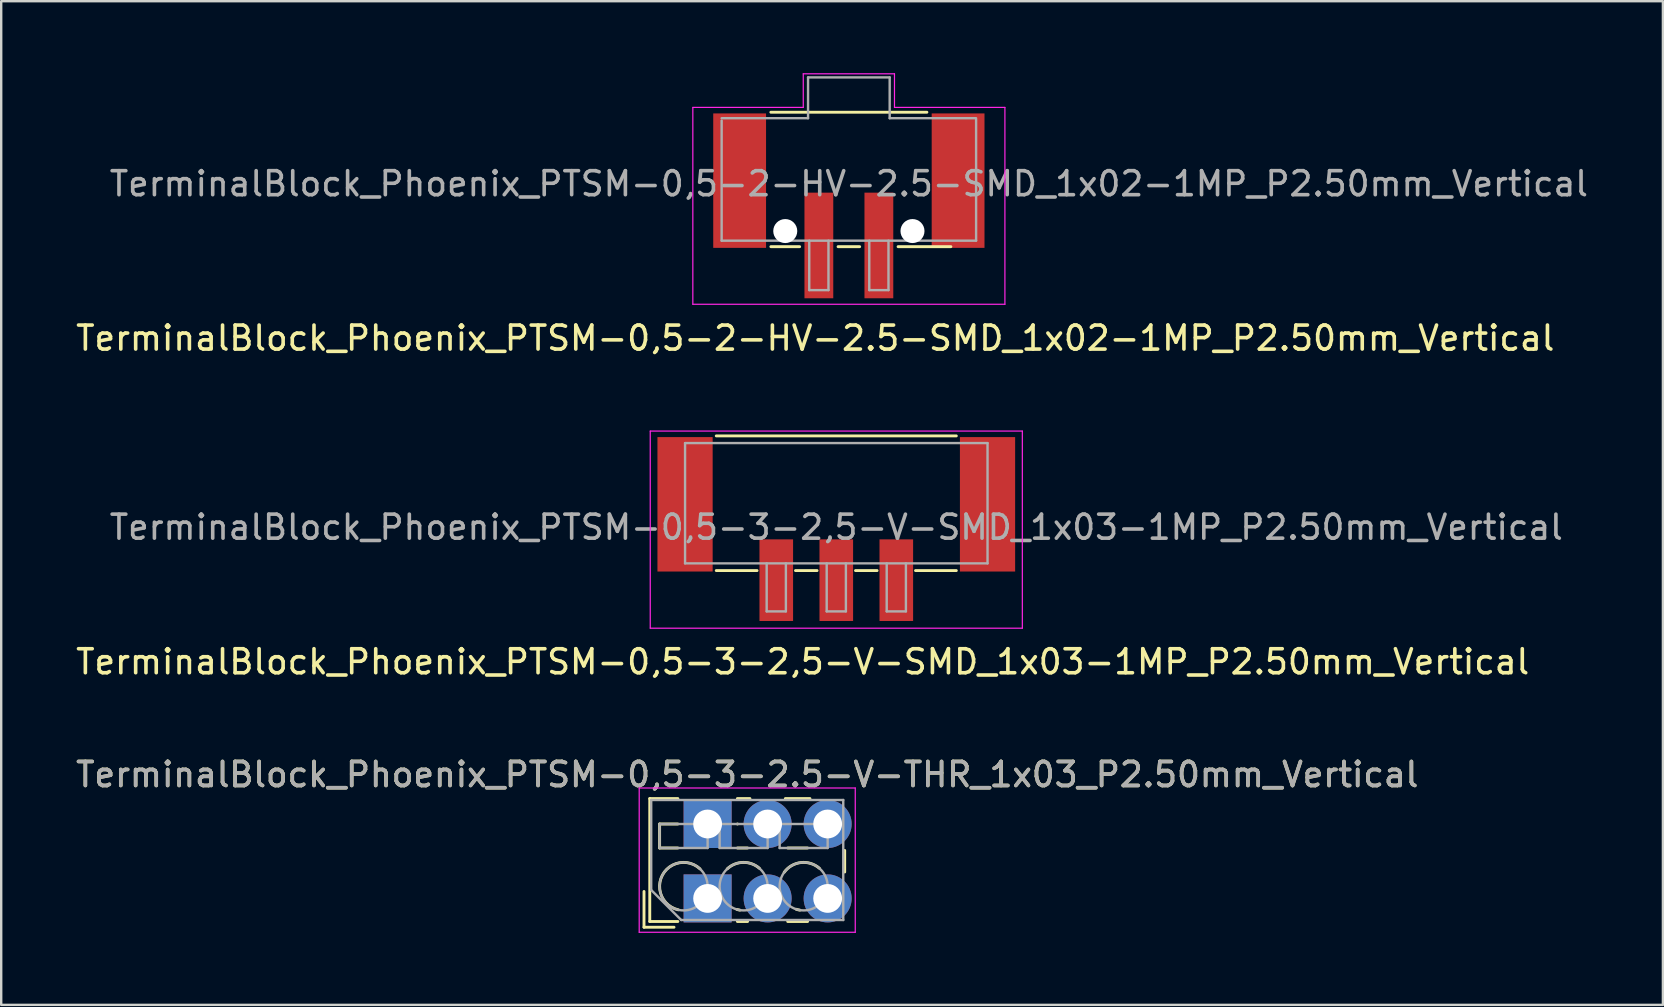
<source format=kicad_pcb>
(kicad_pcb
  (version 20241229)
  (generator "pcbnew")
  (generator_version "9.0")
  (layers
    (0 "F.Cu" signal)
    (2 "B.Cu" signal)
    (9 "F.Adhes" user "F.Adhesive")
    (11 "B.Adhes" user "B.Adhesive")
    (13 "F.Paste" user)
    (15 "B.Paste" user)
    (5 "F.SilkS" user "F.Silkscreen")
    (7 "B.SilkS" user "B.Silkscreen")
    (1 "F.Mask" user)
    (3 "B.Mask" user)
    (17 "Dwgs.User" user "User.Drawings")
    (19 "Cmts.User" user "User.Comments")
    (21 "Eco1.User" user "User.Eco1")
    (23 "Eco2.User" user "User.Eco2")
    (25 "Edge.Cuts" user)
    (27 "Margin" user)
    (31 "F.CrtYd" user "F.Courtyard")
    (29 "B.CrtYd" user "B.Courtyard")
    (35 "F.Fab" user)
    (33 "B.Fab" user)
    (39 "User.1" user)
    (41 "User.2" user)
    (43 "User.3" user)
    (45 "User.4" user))
  (footprint "TerminalBlock_Phoenix_PTSM-0,5-2-HV-2.5-SMD_1x02-1MP_P2.50mm_Vertical"
    (layer "F.Cu")
    (at 32.311 5.525)
    (property "Reference" "TerminalBlock_Phoenix_PTSM-0,5-2-HV-2.5-SMD_1x02-1MP_P2.50mm_Vertical" (at -1.4 5.51 0) (layer "F.SilkS") (effects (font (size 1 1) (thickness 0.15))))
    (attr smd)
    (fp_line (start -3.25 -3.9) (end 3.25 -3.9) (stroke (width 0.12) (type solid)) (layer "F.SilkS"))
    (fp_line (start -2.05 1.7) (end -3.25 1.7) (stroke (width 0.12) (type solid)) (layer "F.SilkS"))
    (fp_line (start 0.45 1.7) (end -0.45 1.7) (stroke (width 0.12) (type solid)) (layer "F.SilkS"))
    (fp_line (start 4.25 1.7) (end 2.05 1.7) (stroke (width 0.12) (type solid)) (layer "F.SilkS"))
    (fp_line (start -6.5 -4.1) (end -1.9 -4.1) (stroke (width 0.05) (type solid)) (layer "F.CrtYd"))
    (fp_line (start -6.5 4.1) (end -6.5 -4.1) (stroke (width 0.05) (type solid)) (layer "F.CrtYd"))
    (fp_line (start -1.9 -5.5) (end 1.9 -5.5) (stroke (width 0.05) (type solid)) (layer "F.CrtYd"))
    (fp_line (start -1.9 -4.1) (end -1.9 -5.5) (stroke (width 0.05) (type solid)) (layer "F.CrtYd"))
    (fp_line (start 1.9 -4.1) (end 1.9 -5.5) (stroke (width 0.05) (type solid)) (layer "F.CrtYd"))
    (fp_line (start 6.5 -4.1) (end 1.9 -4.1) (stroke (width 0.05) (type solid)) (layer "F.CrtYd"))
    (fp_line (start 6.5 -4.1) (end 6.5 4.1) (stroke (width 0.05) (type solid)) (layer "F.CrtYd"))
    (fp_line (start 6.5 4.1) (end -6.5 4.1) (stroke (width 0.05) (type solid)) (layer "F.CrtYd"))
    (fp_line (start -5.3 -3.65) (end -1.7 -3.65) (stroke (width 0.1) (type solid)) (layer "F.Fab"))
    (fp_line (start -5.3 1.45) (end -5.3 -3.55) (stroke (width 0.1) (type solid)) (layer "F.Fab"))
    (fp_line (start -1.7 -5.35) (end 1.7 -5.35) (stroke (width 0.1) (type solid)) (layer "F.Fab"))
    (fp_line (start -1.7 -3.65) (end -1.7 -5.35) (stroke (width 0.1) (type solid)) (layer "F.Fab"))
    (fp_line (start -1.65 1.45) (end -1.65 3.51) (stroke (width 0.1) (type solid)) (layer "F.Fab"))
    (fp_line (start -1.65 3.51) (end -0.85 3.51) (stroke (width 0.1) (type solid)) (layer "F.Fab"))
    (fp_line (start -0.85 1.45) (end -0.85 3.51) (stroke (width 0.1) (type solid)) (layer "F.Fab"))
    (fp_line (start 0.85 1.45) (end 0.85 3.51) (stroke (width 0.1) (type solid)) (layer "F.Fab"))
    (fp_line (start 0.85 3.51) (end 1.65 3.51) (stroke (width 0.1) (type solid)) (layer "F.Fab"))
    (fp_line (start 1.65 1.45) (end 1.65 3.51) (stroke (width 0.1) (type solid)) (layer "F.Fab"))
    (fp_line (start 1.7 -5.35) (end 1.7 -3.65) (stroke (width 0.1) (type solid)) (layer "F.Fab"))
    (fp_line (start 1.7 -3.65) (end 5.3 -3.65) (stroke (width 0.1) (type solid)) (layer "F.Fab"))
    (fp_line (start 5.3 1.45) (end -5.3 1.45) (stroke (width 0.1) (type solid)) (layer "F.Fab"))
    (fp_line (start 5.3 1.45) (end 5.3 -3.6) (stroke (width 0.1) (type solid)) (layer "F.Fab"))
    (fp_text user "${REFERENCE}" (at 0 -0.92 0) (layer "F.Fab") (effects (font (size 1 1) (thickness 0.15))))
    (pad "" np_thru_hole circle (at -2.65 1.05) (size 1 1) (drill 1) (layers "*.Cu" "*.Mask"))
    (pad "" np_thru_hole circle (at 2.65 1.05) (size 1 1) (drill 1) (layers "*.Cu" "*.Mask"))
    (pad "1" smd rect (at -1.25 1.65 180) (size 1.2 4.4) (layers "F.Cu" "F.Mask" "F.Paste"))
    (pad "2" smd rect (at 1.25 1.65 180) (size 1.2 4.4) (layers "F.Cu" "F.Mask" "F.Paste"))
    (pad "MP" smd rect (at -4.55 -1.05 180) (size 2.2 5.6) (layers "F.Cu" "F.Mask" "F.Paste"))
    (pad "MP" smd rect (at 4.55 -1.05 180) (size 2.2 5.6) (layers "F.Cu" "F.Mask" "F.Paste")))
  (footprint "TerminalBlock_Phoenix_PTSM-0,5-3-2.5-V-THR_1x03_P2.50mm_Vertical"
    (layer "F.Cu")
    (at 26.427 34.375)
    (property "Reference" "TerminalBlock_Phoenix_PTSM-0,5-3-2.5-V-THR_1x03_P2.50mm_Vertical" (at 1.65 -5.16 0) (layer "F.SilkS") (effects (font (size 1 1) (thickness 0.15))))
    (attr through_hole)
    (fp_line (start -2.65 -0.29) (end -2.65 1.2) (stroke (width 0.12) (type solid)) (layer "F.SilkS"))
    (fp_line (start -2.65 1.2) (end -1.4 1.2) (stroke (width 0.12) (type solid)) (layer "F.SilkS"))
    (fp_line (start -2.41 -4.16) (end -2.41 0.961) (stroke (width 0.12) (type solid)) (layer "F.SilkS"))
    (fp_line (start -2.41 -4.16) (end -1.24 -4.16) (stroke (width 0.12) (type solid)) (layer "F.SilkS"))
    (fp_line (start -2.41 0.961) (end -1.24 0.961) (stroke (width 0.12) (type solid)) (layer "F.SilkS"))
    (fp_line (start -2 -3.1) (end -2 -2.1) (stroke (width 0.12) (type solid)) (layer "F.SilkS"))
    (fp_line (start -2 -3.1) (end -1.24 -3.1) (stroke (width 0.12) (type solid)) (layer "F.SilkS"))
    (fp_line (start -2 -2.1) (end -1.24 -2.1) (stroke (width 0.12) (type solid)) (layer "F.SilkS"))
    (fp_line (start 1.24 -4.16) (end 1.763 -4.16) (stroke (width 0.12) (type solid)) (layer "F.SilkS"))
    (fp_line (start 1.24 -3.1) (end 1.245 -3.1) (stroke (width 0.12) (type solid)) (layer "F.SilkS"))
    (fp_line (start 1.24 -2.1) (end 1.665 -2.1) (stroke (width 0.12) (type solid)) (layer "F.SilkS"))
    (fp_line (start 1.24 0.961) (end 1.665 0.961) (stroke (width 0.12) (type solid)) (layer "F.SilkS"))
    (fp_line (start 3.238 -4.16) (end 4.263 -4.16) (stroke (width 0.12) (type solid)) (layer "F.SilkS"))
    (fp_line (start 3.336 -2.1) (end 4.165 -2.1) (stroke (width 0.12) (type solid)) (layer "F.SilkS"))
    (fp_line (start 3.336 0.961) (end 4.165 0.961) (stroke (width 0.12) (type solid)) (layer "F.SilkS"))
    (fp_line (start 5.71 -2) (end 5.71 -1.1) (stroke (width 0.12) (type solid)) (layer "F.SilkS"))
    (fp_arc (start -1.224629 0.474931) (mid -1.883573 -0.969306) (end -0.318 -1.232) (stroke (width 0.12) (type solid)) (layer "F.SilkS"))
    (fp_arc (start 0.817811 -1.23232) (mid 1.483053 -1.500693) (end 2.157 -1.255) (stroke (width 0.12) (type solid)) (layer "F.SilkS"))
    (fp_arc (start 1.344288 0.488343) (mid 1.284242 0.476994) (end 1.225 0.462) (stroke (width 0.12) (type solid)) (layer "F.SilkS"))
    (fp_arc (start 3.190612 -1.088697) (mid 3.887218 -1.494461) (end 4.657 -1.255) (stroke (width 0.12) (type solid)) (layer "F.SilkS"))
    (fp_arc (start 3.84373 0.488618) (mid 3.766646 0.47331) (end 3.691 0.452) (stroke (width 0.12) (type solid)) (layer "F.SilkS"))
    (fp_line (start -2.85 -4.6) (end -2.85 1.41) (stroke (width 0.05) (type solid)) (layer "F.CrtYd"))
    (fp_line (start -2.85 1.41) (end 6.15 1.41) (stroke (width 0.05) (type solid)) (layer "F.CrtYd"))
    (fp_line (start 6.15 -4.6) (end -2.85 -4.6) (stroke (width 0.05) (type solid)) (layer "F.CrtYd"))
    (fp_line (start 6.15 1.41) (end 6.15 -4.6) (stroke (width 0.05) (type solid)) (layer "F.CrtYd"))
    (fp_line (start -2.35 -4.1) (end 5.65 -4.1) (stroke (width 0.1) (type solid)) (layer "F.Fab"))
    (fp_line (start -2.35 -0.35) (end -2.35 -4.1) (stroke (width 0.1) (type solid)) (layer "F.Fab"))
    (fp_line (start -2 -3.1) (end -2 -2.1) (stroke (width 0.1) (type solid)) (layer "F.Fab"))
    (fp_line (start -2 -2.1) (end 0 -2.1) (stroke (width 0.1) (type solid)) (layer "F.Fab"))
    (fp_line (start -1.1 0.9) (end -2.35 -0.35) (stroke (width 0.1) (type solid)) (layer "F.Fab"))
    (fp_line (start 0 -3.1) (end -2 -3.1) (stroke (width 0.1) (type solid)) (layer "F.Fab"))
    (fp_line (start 0 -2.1) (end 0 -3.1) (stroke (width 0.1) (type solid)) (layer "F.Fab"))
    (fp_line (start 0.5 -3.1) (end 0.5 -2.1) (stroke (width 0.1) (type solid)) (layer "F.Fab"))
    (fp_line (start 0.5 -2.1) (end 2.5 -2.1) (stroke (width 0.1) (type solid)) (layer "F.Fab"))
    (fp_line (start 2.5 -3.1) (end 0.5 -3.1) (stroke (width 0.1) (type solid)) (layer "F.Fab"))
    (fp_line (start 2.5 -2.1) (end 2.5 -3.1) (stroke (width 0.1) (type solid)) (layer "F.Fab"))
    (fp_line (start 3 -3.1) (end 3 -2.1) (stroke (width 0.1) (type solid)) (layer "F.Fab"))
    (fp_line (start 3 -2.1) (end 5 -2.1) (stroke (width 0.1) (type solid)) (layer "F.Fab"))
    (fp_line (start 5 -3.1) (end 3 -3.1) (stroke (width 0.1) (type solid)) (layer "F.Fab"))
    (fp_line (start 5 -2.1) (end 5 -3.1) (stroke (width 0.1) (type solid)) (layer "F.Fab"))
    (fp_line (start 5.65 -4.1) (end 5.65 0.9) (stroke (width 0.1) (type solid)) (layer "F.Fab"))
    (fp_line (start 5.65 0.9) (end -1.1 0.9) (stroke (width 0.1) (type solid)) (layer "F.Fab"))
    (fp_circle (center -1 -0.5) (end 0 -0.5) (stroke (width 0.1) (type solid)) (fill no) (layer "F.Fab"))
    (fp_circle (center 1.5 -0.5) (end 2.5 -0.5) (stroke (width 0.1) (type solid)) (fill no) (layer "F.Fab"))
    (fp_circle (center 4 -0.5) (end 5 -0.5) (stroke (width 0.1) (type solid)) (fill no) (layer "F.Fab"))
    (fp_text user "${REFERENCE}" (at 1.65 -5.16 0) (layer "F.Fab") (effects (font (size 1 1) (thickness 0.15))))
    (pad "1" thru_hole rect (at 0 -3.1) (size 2 2) (drill 1.2) (layers "*.Cu" "*.Mask"))
    (pad "1" thru_hole rect (at 0 0) (size 2 2) (drill 1.2) (layers "*.Cu" "*.Mask"))
    (pad "2" thru_hole circle (at 2.5 -3.1) (size 2 2) (drill 1.2) (layers "*.Cu" "*.Mask"))
    (pad "2" thru_hole circle (at 2.5 0) (size 2 2) (drill 1.2) (layers "*.Cu" "*.Mask"))
    (pad "3" thru_hole circle (at 5 -3.1) (size 2 2) (drill 1.2) (layers "*.Cu" "*.Mask"))
    (pad "3" thru_hole circle (at 5 0) (size 2 2) (drill 1.2) (layers "*.Cu" "*.Mask")))
  (footprint "TerminalBlock_Phoenix_PTSM-0,5-3-2,5-V-SMD_1x03-1MP_P2.50mm_Vertical"
    (layer "F.Cu")
    (at 31.787 18.988)
    (property "Reference" "TerminalBlock_Phoenix_PTSM-0,5-3-2,5-V-SMD_1x03-1MP_P2.50mm_Vertical" (at -1.4 5.53 0) (layer "F.SilkS") (effects (font (size 1 1) (thickness 0.15))))
    (attr smd)
    (fp_line (start -5 -3.88) (end 5 -3.88) (stroke (width 0.12) (type solid)) (layer "F.SilkS"))
    (fp_line (start -3.3 1.73) (end -5 1.73) (stroke (width 0.12) (type solid)) (layer "F.SilkS"))
    (fp_line (start -0.8 1.73) (end -1.7 1.73) (stroke (width 0.12) (type solid)) (layer "F.SilkS"))
    (fp_line (start 1.7 1.73) (end 0.8 1.73) (stroke (width 0.12) (type solid)) (layer "F.SilkS"))
    (fp_line (start 5 1.73) (end 3.3 1.73) (stroke (width 0.12) (type solid)) (layer "F.SilkS"))
    (fp_line (start -7.75 -4.08) (end 7.75 -4.08) (stroke (width 0.05) (type solid)) (layer "F.CrtYd"))
    (fp_line (start -7.75 4.13) (end -7.75 -4.08) (stroke (width 0.05) (type solid)) (layer "F.CrtYd"))
    (fp_line (start 7.75 -4.08) (end 7.75 4.13) (stroke (width 0.05) (type solid)) (layer "F.CrtYd"))
    (fp_line (start 7.75 4.13) (end -7.75 4.13) (stroke (width 0.05) (type solid)) (layer "F.CrtYd"))
    (fp_line (start -6.3 -3.58) (end 6.3 -3.58) (stroke (width 0.1) (type solid)) (layer "F.Fab"))
    (fp_line (start -6.3 1.43) (end -6.3 -3.58) (stroke (width 0.1) (type solid)) (layer "F.Fab"))
    (fp_line (start -2.9 1.43) (end -2.9 3.43) (stroke (width 0.1) (type solid)) (layer "F.Fab"))
    (fp_line (start -2.9 3.43) (end -2.1 3.43) (stroke (width 0.1) (type solid)) (layer "F.Fab"))
    (fp_line (start -2.1 1.43) (end -2.1 3.43) (stroke (width 0.1) (type solid)) (layer "F.Fab"))
    (fp_line (start -0.4 1.43) (end -0.4 3.43) (stroke (width 0.1) (type solid)) (layer "F.Fab"))
    (fp_line (start -0.4 3.43) (end 0.4 3.43) (stroke (width 0.1) (type solid)) (layer "F.Fab"))
    (fp_line (start 0.4 1.43) (end 0.4 3.43) (stroke (width 0.1) (type solid)) (layer "F.Fab"))
    (fp_line (start 2.1 1.43) (end 2.1 3.43) (stroke (width 0.1) (type solid)) (layer "F.Fab"))
    (fp_line (start 2.1 3.43) (end 2.9 3.43) (stroke (width 0.1) (type solid)) (layer "F.Fab"))
    (fp_line (start 2.9 1.43) (end 2.9 3.43) (stroke (width 0.1) (type solid)) (layer "F.Fab"))
    (fp_line (start 6.3 1.43) (end -6.3 1.43) (stroke (width 0.1) (type solid)) (layer "F.Fab"))
    (fp_line (start 6.3 1.43) (end 6.3 -3.58) (stroke (width 0.1) (type solid)) (layer "F.Fab"))
    (fp_text user "${REFERENCE}" (at 0 -0.075 0) (layer "F.Fab") (effects (font (size 1 1) (thickness 0.15))))
    (pad "1" smd rect (at -2.5 2.13 180) (size 1.4 3.4) (layers "F.Cu" "F.Mask" "F.Paste"))
    (pad "2" smd rect (at 0 2.13 180) (size 1.4 3.4) (layers "F.Cu" "F.Mask" "F.Paste"))
    (pad "3" smd rect (at 2.5 2.13 180) (size 1.4 3.4) (layers "F.Cu" "F.Mask" "F.Paste"))
    (pad "MP" smd rect (at -6.3 -1.03 180) (size 2.3 5.6) (layers "F.Cu" "F.Mask" "F.Paste"))
    (pad "MP" smd rect (at 6.3 -1.03 180) (size 2.3 5.6) (layers "F.Cu" "F.Mask" "F.Paste")))
  (gr_rect
    (start -3 -3)
    (end 66.221 38.81)
    (stroke (width 0.1) (type default))
    (fill no)
    (layer "Edge.Cuts")))
</source>
